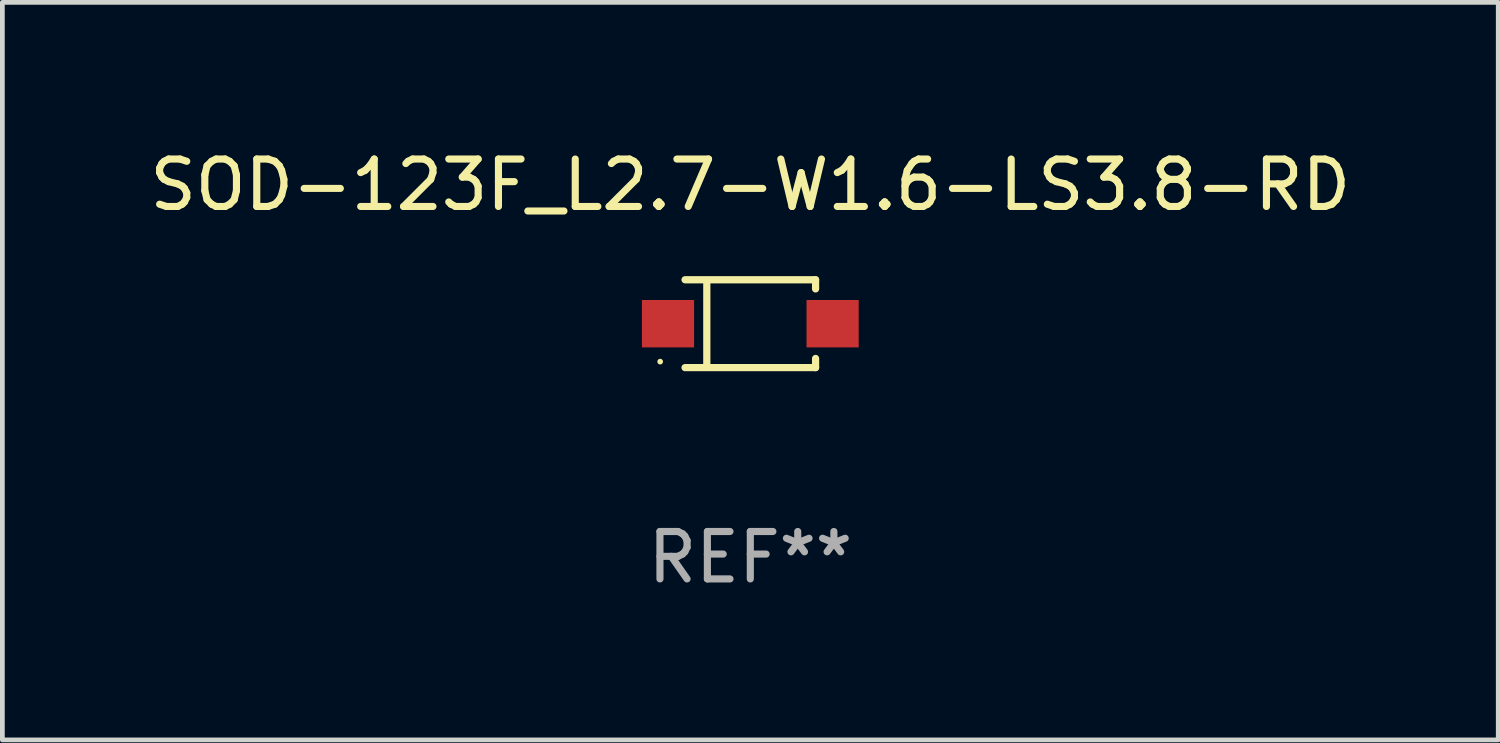
<source format=kicad_pcb>
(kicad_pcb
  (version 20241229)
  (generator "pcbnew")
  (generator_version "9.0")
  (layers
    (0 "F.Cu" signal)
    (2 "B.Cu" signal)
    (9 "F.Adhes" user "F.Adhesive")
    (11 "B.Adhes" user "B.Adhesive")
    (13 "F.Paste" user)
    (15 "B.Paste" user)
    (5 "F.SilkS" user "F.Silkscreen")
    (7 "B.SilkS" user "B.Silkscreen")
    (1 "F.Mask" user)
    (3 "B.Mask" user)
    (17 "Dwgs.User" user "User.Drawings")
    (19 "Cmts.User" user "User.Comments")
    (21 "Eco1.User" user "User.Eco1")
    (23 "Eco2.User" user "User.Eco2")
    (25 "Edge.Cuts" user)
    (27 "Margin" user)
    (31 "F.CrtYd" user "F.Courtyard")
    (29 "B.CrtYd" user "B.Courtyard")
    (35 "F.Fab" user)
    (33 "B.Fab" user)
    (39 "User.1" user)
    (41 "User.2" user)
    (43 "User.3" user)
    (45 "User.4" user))
  (footprint "SOD-123F_L2.7-W1.6-LS3.8-RD"
    (layer "F.Cu")
    (at 12.768 3.774)
    (property "Reference" "SOD-123F_L2.7-W1.6-LS3.8-RD" (at 0 -2.926 0) (layer "F.SilkS") (effects (font (size 1 1) (thickness 0.15))))
    (attr through_hole)
    (fp_line (start -1.376 -0.926) (end 1.376 -0.926) (stroke (width 0.152) (type solid)) (layer "F.SilkS"))
    (fp_line (start -1.376 0.926) (end 1.376 0.926) (stroke (width 0.152) (type solid)) (layer "F.SilkS"))
    (fp_line (start -0.917 -0.876) (end -0.917 0.876) (stroke (width 0.152) (type solid)) (layer "F.SilkS"))
    (fp_line (start 1.376 -0.926) (end 1.376 -0.733) (stroke (width 0.152) (type solid)) (layer "F.SilkS"))
    (fp_line (start 1.376 0.926) (end 1.376 0.733) (stroke (width 0.152) (type solid)) (layer "F.SilkS"))
    (fp_circle (center -1.9 0.8) (end -1.87 0.8) (stroke (width 0.06) (type solid)) (fill no) (layer "F.SilkS"))
    (fp_text user "REF**" (at 0 4.926 0) (layer "F.Fab") (effects (font (size 1 1) (thickness 0.15))))
    (pad "1" smd rect (at -1.735 0) (size 1.1 1) (layers "F.Cu" "F.Mask" "F.Paste"))
    (pad "2" smd rect (at 1.735 0) (size 1.1 1) (layers "F.Cu" "F.Mask" "F.Paste")))
  (gr_rect
    (start -3 -3)
    (end 28.536 12.549)
    (stroke (width 0.1) (type default))
    (fill no)
    (layer "Edge.Cuts")))
</source>
